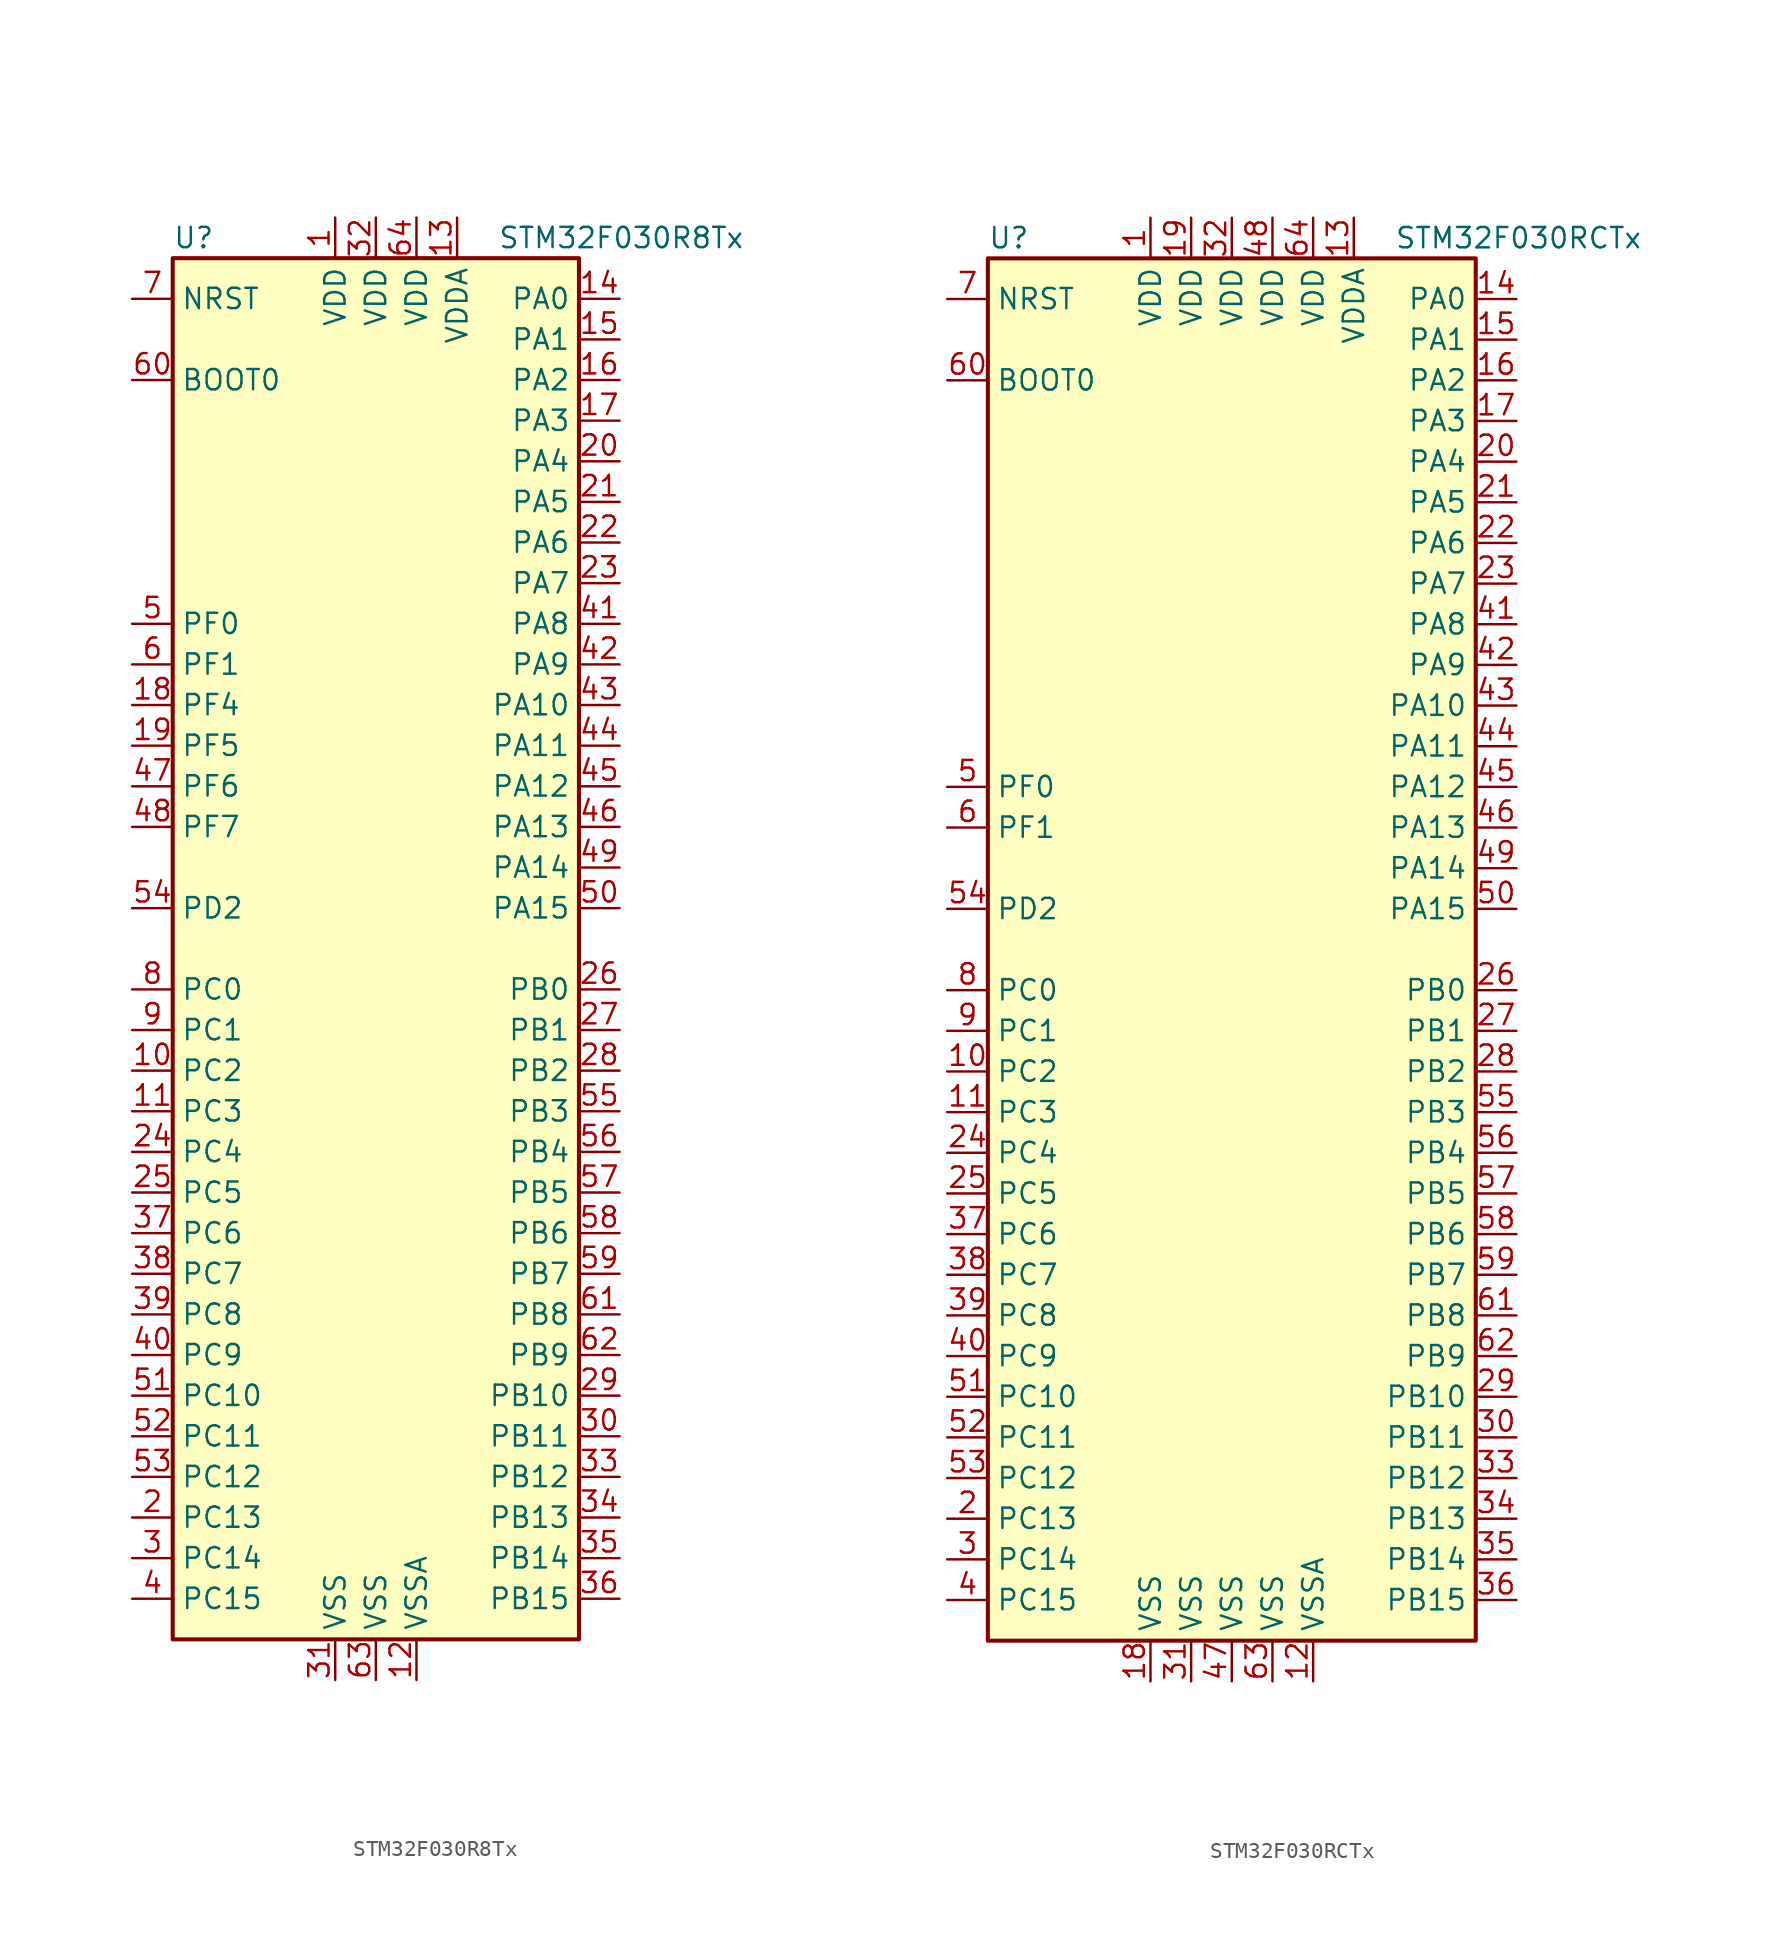
<source format=kicad_sym>
(kicad_symbol_lib
  (version 20201005)
  (generator kicad_symbol_editor)
  (symbol "MCU_ST_STM32F0:STM32F030R8Tx"
    (property "Reference" "U"
      (at -12.7 44.45 0)
      (effects (font (size 1.27 1.27)) (justify left)))
    (property "Value" "STM32F030R8Tx"
      (at 7.62 44.45 0)
      (effects (font (size 1.27 1.27)) (justify left)))
    (symbol "STM32F030R8Tx_0_1"
      (rectangle (start -12.7 -43.18) (end 12.7 43.18) (stroke (width 0.254)) (fill (type background))))
    (symbol "STM32F030R8Tx_1_1"
      (pin power_in line (at -2.54 45.72 270) (length 2.54) (name "VDD" (effects (font (size 1.27 1.27)))) (number "1" (effects (font (size 1.27 1.27)))))
      (pin bidirectional line (at -15.24 -7.62 0) (length 2.54) (name "PC2" (effects (font (size 1.27 1.27)))) (number "10" (effects (font (size 1.27 1.27)))))
      (pin bidirectional line (at -15.24 -10.16 0) (length 2.54) (name "PC3" (effects (font (size 1.27 1.27)))) (number "11" (effects (font (size 1.27 1.27)))))
      (pin power_in line (at 2.54 -45.72 90) (length 2.54) (name "VSSA" (effects (font (size 1.27 1.27)))) (number "12" (effects (font (size 1.27 1.27)))))
      (pin power_in line (at 5.08 45.72 270) (length 2.54) (name "VDDA" (effects (font (size 1.27 1.27)))) (number "13" (effects (font (size 1.27 1.27)))))
      (pin bidirectional line (at 15.24 40.64 180) (length 2.54) (name "PA0" (effects (font (size 1.27 1.27)))) (number "14" (effects (font (size 1.27 1.27)))))
      (pin bidirectional line (at 15.24 38.1 180) (length 2.54) (name "PA1" (effects (font (size 1.27 1.27)))) (number "15" (effects (font (size 1.27 1.27)))))
      (pin bidirectional line (at 15.24 35.56 180) (length 2.54) (name "PA2" (effects (font (size 1.27 1.27)))) (number "16" (effects (font (size 1.27 1.27)))))
      (pin bidirectional line (at 15.24 33.02 180) (length 2.54) (name "PA3" (effects (font (size 1.27 1.27)))) (number "17" (effects (font (size 1.27 1.27)))))
      (pin bidirectional line (at -15.24 15.24 0) (length 2.54) (name "PF4" (effects (font (size 1.27 1.27)))) (number "18" (effects (font (size 1.27 1.27)))))
      (pin bidirectional line (at -15.24 12.7 0) (length 2.54) (name "PF5" (effects (font (size 1.27 1.27)))) (number "19" (effects (font (size 1.27 1.27)))))
      (pin bidirectional line (at -15.24 -35.56 0) (length 2.54) (name "PC13" (effects (font (size 1.27 1.27)))) (number "2" (effects (font (size 1.27 1.27)))))
      (pin bidirectional line (at 15.24 30.48 180) (length 2.54) (name "PA4" (effects (font (size 1.27 1.27)))) (number "20" (effects (font (size 1.27 1.27)))))
      (pin bidirectional line (at 15.24 27.94 180) (length 2.54) (name "PA5" (effects (font (size 1.27 1.27)))) (number "21" (effects (font (size 1.27 1.27)))))
      (pin bidirectional line (at 15.24 25.4 180) (length 2.54) (name "PA6" (effects (font (size 1.27 1.27)))) (number "22" (effects (font (size 1.27 1.27)))))
      (pin bidirectional line (at 15.24 22.86 180) (length 2.54) (name "PA7" (effects (font (size 1.27 1.27)))) (number "23" (effects (font (size 1.27 1.27)))))
      (pin bidirectional line (at -15.24 -12.7 0) (length 2.54) (name "PC4" (effects (font (size 1.27 1.27)))) (number "24" (effects (font (size 1.27 1.27)))))
      (pin bidirectional line (at -15.24 -15.24 0) (length 2.54) (name "PC5" (effects (font (size 1.27 1.27)))) (number "25" (effects (font (size 1.27 1.27)))))
      (pin bidirectional line (at 15.24 -2.54 180) (length 2.54) (name "PB0" (effects (font (size 1.27 1.27)))) (number "26" (effects (font (size 1.27 1.27)))))
      (pin bidirectional line (at 15.24 -5.08 180) (length 2.54) (name "PB1" (effects (font (size 1.27 1.27)))) (number "27" (effects (font (size 1.27 1.27)))))
      (pin bidirectional line (at 15.24 -7.62 180) (length 2.54) (name "PB2" (effects (font (size 1.27 1.27)))) (number "28" (effects (font (size 1.27 1.27)))))
      (pin bidirectional line (at 15.24 -27.94 180) (length 2.54) (name "PB10" (effects (font (size 1.27 1.27)))) (number "29" (effects (font (size 1.27 1.27)))))
      (pin bidirectional line (at -15.24 -38.1 0) (length 2.54) (name "PC14" (effects (font (size 1.27 1.27)))) (number "3" (effects (font (size 1.27 1.27)))))
      (pin bidirectional line (at 15.24 -30.48 180) (length 2.54) (name "PB11" (effects (font (size 1.27 1.27)))) (number "30" (effects (font (size 1.27 1.27)))))
      (pin power_in line (at -2.54 -45.72 90) (length 2.54) (name "VSS" (effects (font (size 1.27 1.27)))) (number "31" (effects (font (size 1.27 1.27)))))
      (pin power_in line (at 0 45.72 270) (length 2.54) (name "VDD" (effects (font (size 1.27 1.27)))) (number "32" (effects (font (size 1.27 1.27)))))
      (pin bidirectional line (at 15.24 -33.02 180) (length 2.54) (name "PB12" (effects (font (size 1.27 1.27)))) (number "33" (effects (font (size 1.27 1.27)))))
      (pin bidirectional line (at 15.24 -35.56 180) (length 2.54) (name "PB13" (effects (font (size 1.27 1.27)))) (number "34" (effects (font (size 1.27 1.27)))))
      (pin bidirectional line (at 15.24 -38.1 180) (length 2.54) (name "PB14" (effects (font (size 1.27 1.27)))) (number "35" (effects (font (size 1.27 1.27)))))
      (pin bidirectional line (at 15.24 -40.64 180) (length 2.54) (name "PB15" (effects (font (size 1.27 1.27)))) (number "36" (effects (font (size 1.27 1.27)))))
      (pin bidirectional line (at -15.24 -17.78 0) (length 2.54) (name "PC6" (effects (font (size 1.27 1.27)))) (number "37" (effects (font (size 1.27 1.27)))))
      (pin bidirectional line (at -15.24 -20.32 0) (length 2.54) (name "PC7" (effects (font (size 1.27 1.27)))) (number "38" (effects (font (size 1.27 1.27)))))
      (pin bidirectional line (at -15.24 -22.86 0) (length 2.54) (name "PC8" (effects (font (size 1.27 1.27)))) (number "39" (effects (font (size 1.27 1.27)))))
      (pin bidirectional line (at -15.24 -40.64 0) (length 2.54) (name "PC15" (effects (font (size 1.27 1.27)))) (number "4" (effects (font (size 1.27 1.27)))))
      (pin bidirectional line (at -15.24 -25.4 0) (length 2.54) (name "PC9" (effects (font (size 1.27 1.27)))) (number "40" (effects (font (size 1.27 1.27)))))
      (pin bidirectional line (at 15.24 20.32 180) (length 2.54) (name "PA8" (effects (font (size 1.27 1.27)))) (number "41" (effects (font (size 1.27 1.27)))))
      (pin bidirectional line (at 15.24 17.78 180) (length 2.54) (name "PA9" (effects (font (size 1.27 1.27)))) (number "42" (effects (font (size 1.27 1.27)))))
      (pin bidirectional line (at 15.24 15.24 180) (length 2.54) (name "PA10" (effects (font (size 1.27 1.27)))) (number "43" (effects (font (size 1.27 1.27)))))
      (pin bidirectional line (at 15.24 12.7 180) (length 2.54) (name "PA11" (effects (font (size 1.27 1.27)))) (number "44" (effects (font (size 1.27 1.27)))))
      (pin bidirectional line (at 15.24 10.16 180) (length 2.54) (name "PA12" (effects (font (size 1.27 1.27)))) (number "45" (effects (font (size 1.27 1.27)))))
      (pin bidirectional line (at 15.24 7.62 180) (length 2.54) (name "PA13" (effects (font (size 1.27 1.27)))) (number "46" (effects (font (size 1.27 1.27)))))
      (pin bidirectional line (at -15.24 10.16 0) (length 2.54) (name "PF6" (effects (font (size 1.27 1.27)))) (number "47" (effects (font (size 1.27 1.27)))))
      (pin bidirectional line (at -15.24 7.62 0) (length 2.54) (name "PF7" (effects (font (size 1.27 1.27)))) (number "48" (effects (font (size 1.27 1.27)))))
      (pin bidirectional line (at 15.24 5.08 180) (length 2.54) (name "PA14" (effects (font (size 1.27 1.27)))) (number "49" (effects (font (size 1.27 1.27)))))
      (pin input line (at -15.24 20.32 0) (length 2.54) (name "PF0" (effects (font (size 1.27 1.27)))) (number "5" (effects (font (size 1.27 1.27)))))
      (pin bidirectional line (at 15.24 2.54 180) (length 2.54) (name "PA15" (effects (font (size 1.27 1.27)))) (number "50" (effects (font (size 1.27 1.27)))))
      (pin bidirectional line (at -15.24 -27.94 0) (length 2.54) (name "PC10" (effects (font (size 1.27 1.27)))) (number "51" (effects (font (size 1.27 1.27)))))
      (pin bidirectional line (at -15.24 -30.48 0) (length 2.54) (name "PC11" (effects (font (size 1.27 1.27)))) (number "52" (effects (font (size 1.27 1.27)))))
      (pin bidirectional line (at -15.24 -33.02 0) (length 2.54) (name "PC12" (effects (font (size 1.27 1.27)))) (number "53" (effects (font (size 1.27 1.27)))))
      (pin bidirectional line (at -15.24 2.54 0) (length 2.54) (name "PD2" (effects (font (size 1.27 1.27)))) (number "54" (effects (font (size 1.27 1.27)))))
      (pin bidirectional line (at 15.24 -10.16 180) (length 2.54) (name "PB3" (effects (font (size 1.27 1.27)))) (number "55" (effects (font (size 1.27 1.27)))))
      (pin bidirectional line (at 15.24 -12.7 180) (length 2.54) (name "PB4" (effects (font (size 1.27 1.27)))) (number "56" (effects (font (size 1.27 1.27)))))
      (pin bidirectional line (at 15.24 -15.24 180) (length 2.54) (name "PB5" (effects (font (size 1.27 1.27)))) (number "57" (effects (font (size 1.27 1.27)))))
      (pin bidirectional line (at 15.24 -17.78 180) (length 2.54) (name "PB6" (effects (font (size 1.27 1.27)))) (number "58" (effects (font (size 1.27 1.27)))))
      (pin bidirectional line (at 15.24 -20.32 180) (length 2.54) (name "PB7" (effects (font (size 1.27 1.27)))) (number "59" (effects (font (size 1.27 1.27)))))
      (pin input line (at -15.24 17.78 0) (length 2.54) (name "PF1" (effects (font (size 1.27 1.27)))) (number "6" (effects (font (size 1.27 1.27)))))
      (pin input line (at -15.24 35.56 0) (length 2.54) (name "BOOT0" (effects (font (size 1.27 1.27)))) (number "60" (effects (font (size 1.27 1.27)))))
      (pin bidirectional line (at 15.24 -22.86 180) (length 2.54) (name "PB8" (effects (font (size 1.27 1.27)))) (number "61" (effects (font (size 1.27 1.27)))))
      (pin bidirectional line (at 15.24 -25.4 180) (length 2.54) (name "PB9" (effects (font (size 1.27 1.27)))) (number "62" (effects (font (size 1.27 1.27)))))
      (pin power_in line (at 0 -45.72 90) (length 2.54) (name "VSS" (effects (font (size 1.27 1.27)))) (number "63" (effects (font (size 1.27 1.27)))))
      (pin power_in line (at 2.54 45.72 270) (length 2.54) (name "VDD" (effects (font (size 1.27 1.27)))) (number "64" (effects (font (size 1.27 1.27)))))
      (pin input line (at -15.24 40.64 0) (length 2.54) (name "NRST" (effects (font (size 1.27 1.27)))) (number "7" (effects (font (size 1.27 1.27)))))
      (pin bidirectional line (at -15.24 -2.54 0) (length 2.54) (name "PC0" (effects (font (size 1.27 1.27)))) (number "8" (effects (font (size 1.27 1.27)))))
      (pin bidirectional line (at -15.24 -5.08 0) (length 2.54) (name "PC1" (effects (font (size 1.27 1.27)))) (number "9" (effects (font (size 1.27 1.27)))))))
  (symbol "MCU_ST_STM32F0:STM32F030RCTx"
    (property "Reference" "U"
      (at -15.24 44.45 0)
      (effects (font (size 1.27 1.27)) (justify left)))
    (property "Value" "STM32F030RCTx"
      (at 10.16 44.45 0)
      (effects (font (size 1.27 1.27)) (justify left)))
    (symbol "STM32F030RCTx_0_1"
      (rectangle (start -15.24 -43.18) (end 15.24 43.18) (stroke (width 0.254)) (fill (type background))))
    (symbol "STM32F030RCTx_1_1"
      (pin power_in line (at -5.08 45.72 270) (length 2.54) (name "VDD" (effects (font (size 1.27 1.27)))) (number "1" (effects (font (size 1.27 1.27)))))
      (pin bidirectional line (at -17.78 -7.62 0) (length 2.54) (name "PC2" (effects (font (size 1.27 1.27)))) (number "10" (effects (font (size 1.27 1.27)))))
      (pin bidirectional line (at -17.78 -10.16 0) (length 2.54) (name "PC3" (effects (font (size 1.27 1.27)))) (number "11" (effects (font (size 1.27 1.27)))))
      (pin power_in line (at 5.08 -45.72 90) (length 2.54) (name "VSSA" (effects (font (size 1.27 1.27)))) (number "12" (effects (font (size 1.27 1.27)))))
      (pin power_in line (at 7.62 45.72 270) (length 2.54) (name "VDDA" (effects (font (size 1.27 1.27)))) (number "13" (effects (font (size 1.27 1.27)))))
      (pin bidirectional line (at 17.78 40.64 180) (length 2.54) (name "PA0" (effects (font (size 1.27 1.27)))) (number "14" (effects (font (size 1.27 1.27)))))
      (pin bidirectional line (at 17.78 38.1 180) (length 2.54) (name "PA1" (effects (font (size 1.27 1.27)))) (number "15" (effects (font (size 1.27 1.27)))))
      (pin bidirectional line (at 17.78 35.56 180) (length 2.54) (name "PA2" (effects (font (size 1.27 1.27)))) (number "16" (effects (font (size 1.27 1.27)))))
      (pin bidirectional line (at 17.78 33.02 180) (length 2.54) (name "PA3" (effects (font (size 1.27 1.27)))) (number "17" (effects (font (size 1.27 1.27)))))
      (pin power_in line (at -5.08 -45.72 90) (length 2.54) (name "VSS" (effects (font (size 1.27 1.27)))) (number "18" (effects (font (size 1.27 1.27)))))
      (pin power_in line (at -2.54 45.72 270) (length 2.54) (name "VDD" (effects (font (size 1.27 1.27)))) (number "19" (effects (font (size 1.27 1.27)))))
      (pin bidirectional line (at -17.78 -35.56 0) (length 2.54) (name "PC13" (effects (font (size 1.27 1.27)))) (number "2" (effects (font (size 1.27 1.27)))))
      (pin bidirectional line (at 17.78 30.48 180) (length 2.54) (name "PA4" (effects (font (size 1.27 1.27)))) (number "20" (effects (font (size 1.27 1.27)))))
      (pin bidirectional line (at 17.78 27.94 180) (length 2.54) (name "PA5" (effects (font (size 1.27 1.27)))) (number "21" (effects (font (size 1.27 1.27)))))
      (pin bidirectional line (at 17.78 25.4 180) (length 2.54) (name "PA6" (effects (font (size 1.27 1.27)))) (number "22" (effects (font (size 1.27 1.27)))))
      (pin bidirectional line (at 17.78 22.86 180) (length 2.54) (name "PA7" (effects (font (size 1.27 1.27)))) (number "23" (effects (font (size 1.27 1.27)))))
      (pin bidirectional line (at -17.78 -12.7 0) (length 2.54) (name "PC4" (effects (font (size 1.27 1.27)))) (number "24" (effects (font (size 1.27 1.27)))))
      (pin bidirectional line (at -17.78 -15.24 0) (length 2.54) (name "PC5" (effects (font (size 1.27 1.27)))) (number "25" (effects (font (size 1.27 1.27)))))
      (pin bidirectional line (at 17.78 -2.54 180) (length 2.54) (name "PB0" (effects (font (size 1.27 1.27)))) (number "26" (effects (font (size 1.27 1.27)))))
      (pin bidirectional line (at 17.78 -5.08 180) (length 2.54) (name "PB1" (effects (font (size 1.27 1.27)))) (number "27" (effects (font (size 1.27 1.27)))))
      (pin bidirectional line (at 17.78 -7.62 180) (length 2.54) (name "PB2" (effects (font (size 1.27 1.27)))) (number "28" (effects (font (size 1.27 1.27)))))
      (pin bidirectional line (at 17.78 -27.94 180) (length 2.54) (name "PB10" (effects (font (size 1.27 1.27)))) (number "29" (effects (font (size 1.27 1.27)))))
      (pin bidirectional line (at -17.78 -38.1 0) (length 2.54) (name "PC14" (effects (font (size 1.27 1.27)))) (number "3" (effects (font (size 1.27 1.27)))))
      (pin bidirectional line (at 17.78 -30.48 180) (length 2.54) (name "PB11" (effects (font (size 1.27 1.27)))) (number "30" (effects (font (size 1.27 1.27)))))
      (pin power_in line (at -2.54 -45.72 90) (length 2.54) (name "VSS" (effects (font (size 1.27 1.27)))) (number "31" (effects (font (size 1.27 1.27)))))
      (pin power_in line (at 0 45.72 270) (length 2.54) (name "VDD" (effects (font (size 1.27 1.27)))) (number "32" (effects (font (size 1.27 1.27)))))
      (pin bidirectional line (at 17.78 -33.02 180) (length 2.54) (name "PB12" (effects (font (size 1.27 1.27)))) (number "33" (effects (font (size 1.27 1.27)))))
      (pin bidirectional line (at 17.78 -35.56 180) (length 2.54) (name "PB13" (effects (font (size 1.27 1.27)))) (number "34" (effects (font (size 1.27 1.27)))))
      (pin bidirectional line (at 17.78 -38.1 180) (length 2.54) (name "PB14" (effects (font (size 1.27 1.27)))) (number "35" (effects (font (size 1.27 1.27)))))
      (pin bidirectional line (at 17.78 -40.64 180) (length 2.54) (name "PB15" (effects (font (size 1.27 1.27)))) (number "36" (effects (font (size 1.27 1.27)))))
      (pin bidirectional line (at -17.78 -17.78 0) (length 2.54) (name "PC6" (effects (font (size 1.27 1.27)))) (number "37" (effects (font (size 1.27 1.27)))))
      (pin bidirectional line (at -17.78 -20.32 0) (length 2.54) (name "PC7" (effects (font (size 1.27 1.27)))) (number "38" (effects (font (size 1.27 1.27)))))
      (pin bidirectional line (at -17.78 -22.86 0) (length 2.54) (name "PC8" (effects (font (size 1.27 1.27)))) (number "39" (effects (font (size 1.27 1.27)))))
      (pin bidirectional line (at -17.78 -40.64 0) (length 2.54) (name "PC15" (effects (font (size 1.27 1.27)))) (number "4" (effects (font (size 1.27 1.27)))))
      (pin bidirectional line (at -17.78 -25.4 0) (length 2.54) (name "PC9" (effects (font (size 1.27 1.27)))) (number "40" (effects (font (size 1.27 1.27)))))
      (pin bidirectional line (at 17.78 20.32 180) (length 2.54) (name "PA8" (effects (font (size 1.27 1.27)))) (number "41" (effects (font (size 1.27 1.27)))))
      (pin bidirectional line (at 17.78 17.78 180) (length 2.54) (name "PA9" (effects (font (size 1.27 1.27)))) (number "42" (effects (font (size 1.27 1.27)))))
      (pin bidirectional line (at 17.78 15.24 180) (length 2.54) (name "PA10" (effects (font (size 1.27 1.27)))) (number "43" (effects (font (size 1.27 1.27)))))
      (pin bidirectional line (at 17.78 12.7 180) (length 2.54) (name "PA11" (effects (font (size 1.27 1.27)))) (number "44" (effects (font (size 1.27 1.27)))))
      (pin bidirectional line (at 17.78 10.16 180) (length 2.54) (name "PA12" (effects (font (size 1.27 1.27)))) (number "45" (effects (font (size 1.27 1.27)))))
      (pin bidirectional line (at 17.78 7.62 180) (length 2.54) (name "PA13" (effects (font (size 1.27 1.27)))) (number "46" (effects (font (size 1.27 1.27)))))
      (pin power_in line (at 0 -45.72 90) (length 2.54) (name "VSS" (effects (font (size 1.27 1.27)))) (number "47" (effects (font (size 1.27 1.27)))))
      (pin power_in line (at 2.54 45.72 270) (length 2.54) (name "VDD" (effects (font (size 1.27 1.27)))) (number "48" (effects (font (size 1.27 1.27)))))
      (pin bidirectional line (at 17.78 5.08 180) (length 2.54) (name "PA14" (effects (font (size 1.27 1.27)))) (number "49" (effects (font (size 1.27 1.27)))))
      (pin input line (at -17.78 10.16 0) (length 2.54) (name "PF0" (effects (font (size 1.27 1.27)))) (number "5" (effects (font (size 1.27 1.27)))))
      (pin bidirectional line (at 17.78 2.54 180) (length 2.54) (name "PA15" (effects (font (size 1.27 1.27)))) (number "50" (effects (font (size 1.27 1.27)))))
      (pin bidirectional line (at -17.78 -27.94 0) (length 2.54) (name "PC10" (effects (font (size 1.27 1.27)))) (number "51" (effects (font (size 1.27 1.27)))))
      (pin bidirectional line (at -17.78 -30.48 0) (length 2.54) (name "PC11" (effects (font (size 1.27 1.27)))) (number "52" (effects (font (size 1.27 1.27)))))
      (pin bidirectional line (at -17.78 -33.02 0) (length 2.54) (name "PC12" (effects (font (size 1.27 1.27)))) (number "53" (effects (font (size 1.27 1.27)))))
      (pin bidirectional line (at -17.78 2.54 0) (length 2.54) (name "PD2" (effects (font (size 1.27 1.27)))) (number "54" (effects (font (size 1.27 1.27)))))
      (pin bidirectional line (at 17.78 -10.16 180) (length 2.54) (name "PB3" (effects (font (size 1.27 1.27)))) (number "55" (effects (font (size 1.27 1.27)))))
      (pin bidirectional line (at 17.78 -12.7 180) (length 2.54) (name "PB4" (effects (font (size 1.27 1.27)))) (number "56" (effects (font (size 1.27 1.27)))))
      (pin bidirectional line (at 17.78 -15.24 180) (length 2.54) (name "PB5" (effects (font (size 1.27 1.27)))) (number "57" (effects (font (size 1.27 1.27)))))
      (pin bidirectional line (at 17.78 -17.78 180) (length 2.54) (name "PB6" (effects (font (size 1.27 1.27)))) (number "58" (effects (font (size 1.27 1.27)))))
      (pin bidirectional line (at 17.78 -20.32 180) (length 2.54) (name "PB7" (effects (font (size 1.27 1.27)))) (number "59" (effects (font (size 1.27 1.27)))))
      (pin input line (at -17.78 7.62 0) (length 2.54) (name "PF1" (effects (font (size 1.27 1.27)))) (number "6" (effects (font (size 1.27 1.27)))))
      (pin input line (at -17.78 35.56 0) (length 2.54) (name "BOOT0" (effects (font (size 1.27 1.27)))) (number "60" (effects (font (size 1.27 1.27)))))
      (pin bidirectional line (at 17.78 -22.86 180) (length 2.54) (name "PB8" (effects (font (size 1.27 1.27)))) (number "61" (effects (font (size 1.27 1.27)))))
      (pin bidirectional line (at 17.78 -25.4 180) (length 2.54) (name "PB9" (effects (font (size 1.27 1.27)))) (number "62" (effects (font (size 1.27 1.27)))))
      (pin power_in line (at 2.54 -45.72 90) (length 2.54) (name "VSS" (effects (font (size 1.27 1.27)))) (number "63" (effects (font (size 1.27 1.27)))))
      (pin power_in line (at 5.08 45.72 270) (length 2.54) (name "VDD" (effects (font (size 1.27 1.27)))) (number "64" (effects (font (size 1.27 1.27)))))
      (pin input line (at -17.78 40.64 0) (length 2.54) (name "NRST" (effects (font (size 1.27 1.27)))) (number "7" (effects (font (size 1.27 1.27)))))
      (pin bidirectional line (at -17.78 -2.54 0) (length 2.54) (name "PC0" (effects (font (size 1.27 1.27)))) (number "8" (effects (font (size 1.27 1.27)))))
      (pin bidirectional line (at -17.78 -5.08 0) (length 2.54) (name "PC1" (effects (font (size 1.27 1.27)))) (number "9" (effects (font (size 1.27 1.27))))))))
</source>
